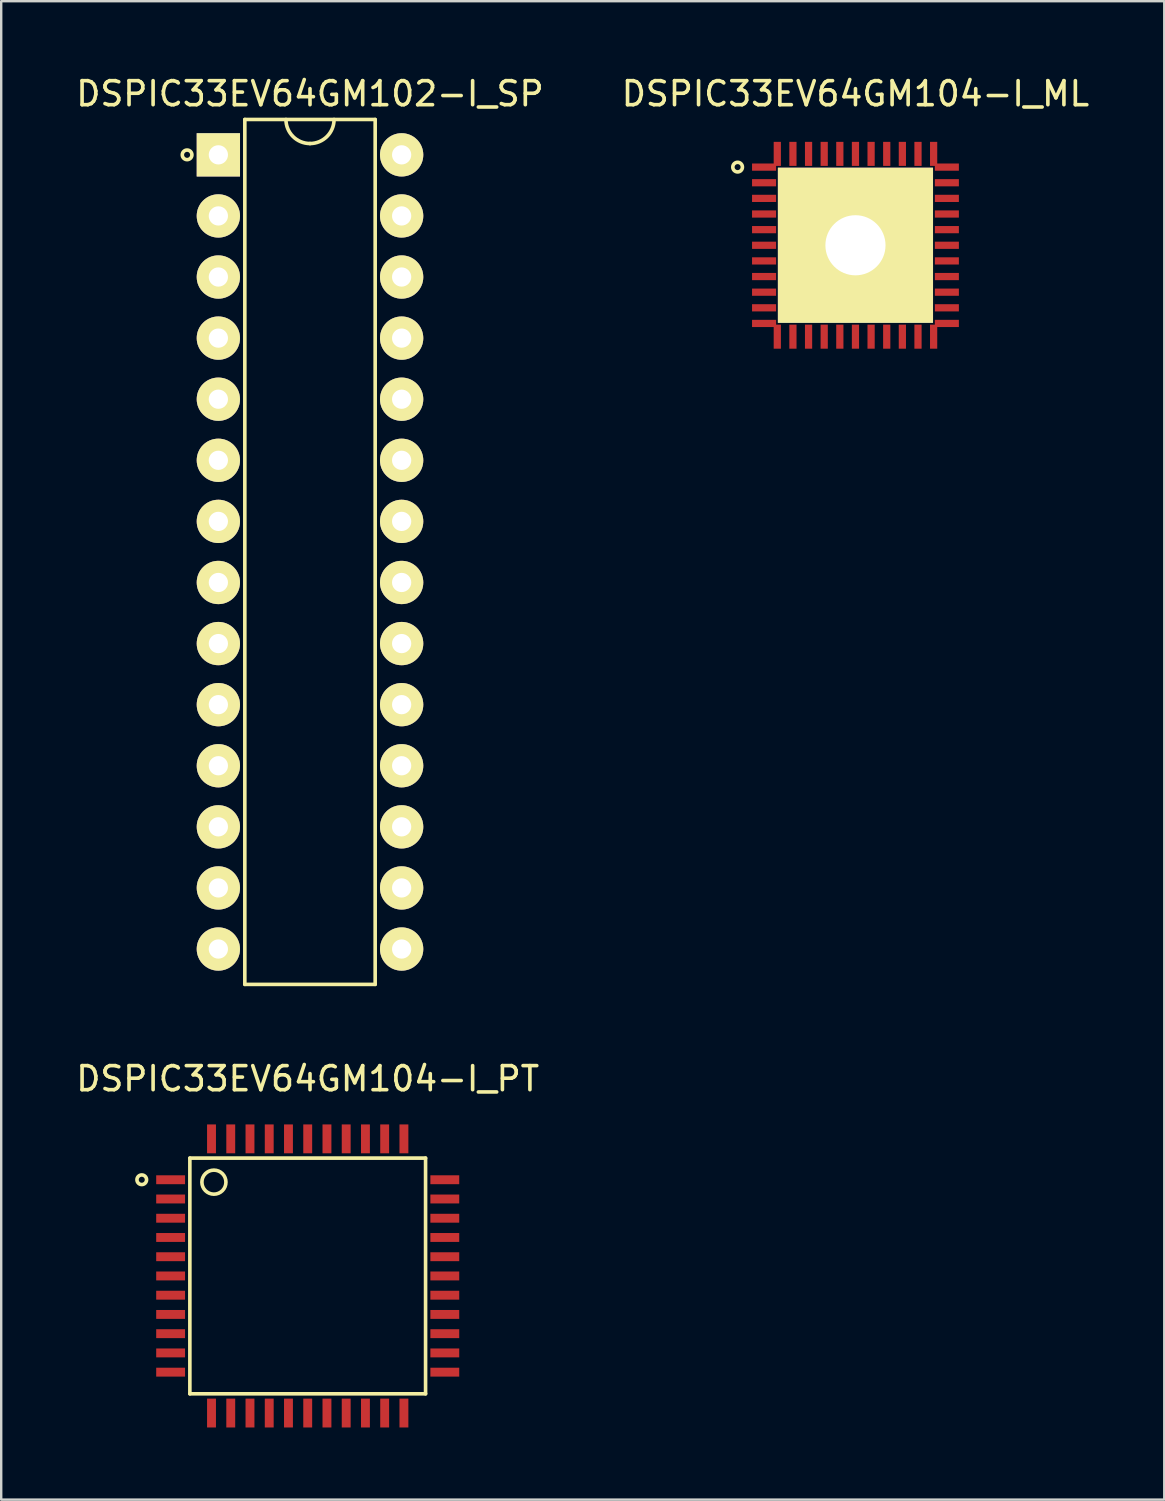
<source format=kicad_pcb>
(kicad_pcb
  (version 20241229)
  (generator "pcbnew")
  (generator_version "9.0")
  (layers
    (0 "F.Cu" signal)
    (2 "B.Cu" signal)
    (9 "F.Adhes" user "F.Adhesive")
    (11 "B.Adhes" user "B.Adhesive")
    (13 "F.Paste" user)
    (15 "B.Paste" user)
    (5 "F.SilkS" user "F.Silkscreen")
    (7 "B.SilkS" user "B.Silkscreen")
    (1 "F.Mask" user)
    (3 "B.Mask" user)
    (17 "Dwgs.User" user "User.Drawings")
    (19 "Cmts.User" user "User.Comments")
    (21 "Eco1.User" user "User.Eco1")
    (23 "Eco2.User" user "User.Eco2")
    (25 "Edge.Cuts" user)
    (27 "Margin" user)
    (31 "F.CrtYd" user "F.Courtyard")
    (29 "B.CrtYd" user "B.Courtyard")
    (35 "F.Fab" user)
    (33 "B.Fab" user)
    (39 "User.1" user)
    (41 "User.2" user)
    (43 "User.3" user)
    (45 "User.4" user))
  (footprint "DSPIC33EV64GM104-I_ML"
    (layer "F.Cu")
    (at 28.718 3.348)
    (property "Reference" "DSPIC33EV64GM104-I_ML" (at 3.8 -2.5 0) (layer "F.SilkS") (effects (font (size 1 1) (thickness 0.15))))
    (attr through_hole)
    (fp_line (start 0.7 0.7) (end 0.7 6.9) (stroke (width 0.15) (type solid)) (layer "F.SilkS"))
    (fp_line (start 0.7 0.7) (end 6.9 0.7) (stroke (width 0.15) (type solid)) (layer "F.SilkS"))
    (fp_line (start 0.7 6.9) (end 6.9 6.9) (stroke (width 0.15) (type solid)) (layer "F.SilkS"))
    (fp_line (start 6.9 6.9) (end 6.9 0.7) (stroke (width 0.15) (type solid)) (layer "F.SilkS"))
    (fp_circle (center -1.1 0.55) (end -1.1 0.35) (stroke (width 0.15) (type solid)) (fill no) (layer "F.SilkS"))
    (fp_circle (center 1.7 1.7) (end 1.7 1.2) (stroke (width 0.15) (type solid)) (fill no) (layer "F.SilkS"))
    (pad "1" smd rect (at 0 0.55) (size 1 0.3) (layers "F.Cu" "F.Mask" "F.Paste"))
    (pad "2" smd rect (at 0 1.2) (size 1 0.3) (layers "F.Cu" "F.Mask" "F.Paste"))
    (pad "3" smd rect (at 0 1.85) (size 1 0.3) (layers "F.Cu" "F.Mask" "F.Paste"))
    (pad "4" smd rect (at 0 2.5) (size 1 0.3) (layers "F.Cu" "F.Mask" "F.Paste"))
    (pad "5" smd rect (at 0 3.15) (size 1 0.3) (layers "F.Cu" "F.Mask" "F.Paste"))
    (pad "6" smd rect (at 0 3.8) (size 1 0.3) (layers "F.Cu" "F.Mask" "F.Paste"))
    (pad "7" smd rect (at 0 4.45) (size 1 0.3) (layers "F.Cu" "F.Mask" "F.Paste"))
    (pad "8" smd rect (at 0 5.1) (size 1 0.3) (layers "F.Cu" "F.Mask" "F.Paste"))
    (pad "9" smd rect (at 0 5.75) (size 1 0.3) (layers "F.Cu" "F.Mask" "F.Paste"))
    (pad "10" smd rect (at 0 6.4) (size 1 0.3) (layers "F.Cu" "F.Mask" "F.Paste"))
    (pad "11" smd rect (at 0 7.05) (size 1 0.3) (layers "F.Cu" "F.Mask" "F.Paste"))
    (pad "12" smd rect (at 0.55 7.6) (size 0.3 1) (layers "F.Cu" "F.Mask" "F.Paste"))
    (pad "13" smd rect (at 1.2 7.6) (size 0.3 1) (layers "F.Cu" "F.Mask" "F.Paste"))
    (pad "14" smd rect (at 1.85 7.6) (size 0.3 1) (layers "F.Cu" "F.Mask" "F.Paste"))
    (pad "15" smd rect (at 2.5 7.6) (size 0.3 1) (layers "F.Cu" "F.Mask" "F.Paste"))
    (pad "16" smd rect (at 3.15 7.6) (size 0.3 1) (layers "F.Cu" "F.Mask" "F.Paste"))
    (pad "17" smd rect (at 3.8 7.6) (size 0.3 1) (layers "F.Cu" "F.Mask" "F.Paste"))
    (pad "18" smd rect (at 4.45 7.6) (size 0.3 1) (layers "F.Cu" "F.Mask" "F.Paste"))
    (pad "19" smd rect (at 5.1 7.6) (size 0.3 1) (layers "F.Cu" "F.Mask" "F.Paste"))
    (pad "20" smd rect (at 5.75 7.6) (size 0.3 1) (layers "F.Cu" "F.Mask" "F.Paste"))
    (pad "21" smd rect (at 6.4 7.6) (size 0.3 1) (layers "F.Cu" "F.Mask" "F.Paste"))
    (pad "22" smd rect (at 7.05 7.6) (size 0.3 1) (layers "F.Cu" "F.Mask" "F.Paste"))
    (pad "23" smd rect (at 7.6 7.05) (size 1 0.3) (layers "F.Cu" "F.Mask" "F.Paste"))
    (pad "24" smd rect (at 7.6 6.4) (size 1 0.3) (layers "F.Cu" "F.Mask" "F.Paste"))
    (pad "25" smd rect (at 7.6 5.75) (size 1 0.3) (layers "F.Cu" "F.Mask" "F.Paste"))
    (pad "26" smd rect (at 7.6 5.1) (size 1 0.3) (layers "F.Cu" "F.Mask" "F.Paste"))
    (pad "27" smd rect (at 7.6 4.45) (size 1 0.3) (layers "F.Cu" "F.Mask" "F.Paste"))
    (pad "28" smd rect (at 7.6 3.8) (size 1 0.3) (layers "F.Cu" "F.Mask" "F.Paste"))
    (pad "29" smd rect (at 7.6 3.15) (size 1 0.3) (layers "F.Cu" "F.Mask" "F.Paste"))
    (pad "30" smd rect (at 7.6 2.5) (size 1 0.3) (layers "F.Cu" "F.Mask" "F.Paste"))
    (pad "31" smd rect (at 7.6 1.85) (size 1 0.3) (layers "F.Cu" "F.Mask" "F.Paste"))
    (pad "32" smd rect (at 7.6 1.2) (size 1 0.3) (layers "F.Cu" "F.Mask" "F.Paste"))
    (pad "33" smd rect (at 7.6 0.55) (size 1 0.3) (layers "F.Cu" "F.Mask" "F.Paste"))
    (pad "34" smd rect (at 7.05 0) (size 0.3 1) (layers "F.Cu" "F.Mask" "F.Paste"))
    (pad "35" smd rect (at 6.4 0) (size 0.3 1) (layers "F.Cu" "F.Mask" "F.Paste"))
    (pad "36" smd rect (at 5.75 0) (size 0.3 1) (layers "F.Cu" "F.Mask" "F.Paste"))
    (pad "37" smd rect (at 5.1 0) (size 0.3 1) (layers "F.Cu" "F.Mask" "F.Paste"))
    (pad "38" smd rect (at 4.45 0) (size 0.3 1) (layers "F.Cu" "F.Mask" "F.Paste"))
    (pad "39" smd rect (at 3.8 0) (size 0.3 1) (layers "F.Cu" "F.Mask" "F.Paste"))
    (pad "40" smd rect (at 3.15 0) (size 0.3 1) (layers "F.Cu" "F.Mask" "F.Paste"))
    (pad "41" smd rect (at 2.5 0) (size 0.3 1) (layers "F.Cu" "F.Mask" "F.Paste"))
    (pad "42" smd rect (at 1.85 0) (size 0.3 1) (layers "F.Cu" "F.Mask" "F.Paste"))
    (pad "43" smd rect (at 1.2 0) (size 0.3 1) (layers "F.Cu" "F.Mask" "F.Paste"))
    (pad "44" smd rect (at 0.55 0) (size 0.3 1) (layers "F.Cu" "F.Mask" "F.Paste"))
    (pad "999" thru_hole rect (at 3.8 3.8) (size 6.45 6.45) (drill 2.5) (layers "*.Cu" "*.Mask" "F.SilkS")))
  (footprint "DSPIC33EV64GM104-I_PT"
    (layer "F.Cu")
    (at 4.044 44.301)
    (property "Reference" "DSPIC33EV64GM104-I_PT" (at 5.7 -2.5 0) (layer "F.SilkS") (effects (font (size 1 1) (thickness 0.15))))
    (attr through_hole)
    (fp_line (start 0.8 0.8) (end 0.8 10.6) (stroke (width 0.15) (type solid)) (layer "F.SilkS"))
    (fp_line (start 0.8 0.8) (end 10.6 0.8) (stroke (width 0.15) (type solid)) (layer "F.SilkS"))
    (fp_line (start 0.8 10.6) (end 10.6 10.6) (stroke (width 0.15) (type solid)) (layer "F.SilkS"))
    (fp_line (start 10.6 10.6) (end 10.6 0.8) (stroke (width 0.15) (type solid)) (layer "F.SilkS"))
    (fp_circle (center -1.2 1.7) (end -1.2 1.5) (stroke (width 0.15) (type solid)) (fill no) (layer "F.SilkS"))
    (fp_circle (center 1.8 1.8) (end 1.8 1.3) (stroke (width 0.15) (type solid)) (fill no) (layer "F.SilkS"))
    (pad "1" smd rect (at 0 1.7) (size 1.2 0.37) (layers "F.Cu" "F.Mask" "F.Paste"))
    (pad "2" smd rect (at 0 2.5) (size 1.2 0.37) (layers "F.Cu" "F.Mask" "F.Paste"))
    (pad "3" smd rect (at 0 3.3) (size 1.2 0.37) (layers "F.Cu" "F.Mask" "F.Paste"))
    (pad "4" smd rect (at 0 4.1) (size 1.2 0.37) (layers "F.Cu" "F.Mask" "F.Paste"))
    (pad "5" smd rect (at 0 4.9) (size 1.2 0.37) (layers "F.Cu" "F.Mask" "F.Paste"))
    (pad "6" smd rect (at 0 5.7) (size 1.2 0.37) (layers "F.Cu" "F.Mask" "F.Paste"))
    (pad "7" smd rect (at 0 6.5) (size 1.2 0.37) (layers "F.Cu" "F.Mask" "F.Paste"))
    (pad "8" smd rect (at 0 7.3) (size 1.2 0.37) (layers "F.Cu" "F.Mask" "F.Paste"))
    (pad "9" smd rect (at 0 8.1) (size 1.2 0.37) (layers "F.Cu" "F.Mask" "F.Paste"))
    (pad "10" smd rect (at 0 8.9) (size 1.2 0.37) (layers "F.Cu" "F.Mask" "F.Paste"))
    (pad "11" smd rect (at 0 9.7) (size 1.2 0.37) (layers "F.Cu" "F.Mask" "F.Paste"))
    (pad "12" smd rect (at 1.7 11.4) (size 0.37 1.2) (layers "F.Cu" "F.Mask" "F.Paste"))
    (pad "13" smd rect (at 2.5 11.4) (size 0.37 1.2) (layers "F.Cu" "F.Mask" "F.Paste"))
    (pad "14" smd rect (at 3.3 11.4) (size 0.37 1.2) (layers "F.Cu" "F.Mask" "F.Paste"))
    (pad "15" smd rect (at 4.1 11.4) (size 0.37 1.2) (layers "F.Cu" "F.Mask" "F.Paste"))
    (pad "16" smd rect (at 4.9 11.4) (size 0.37 1.2) (layers "F.Cu" "F.Mask" "F.Paste"))
    (pad "17" smd rect (at 5.7 11.4) (size 0.37 1.2) (layers "F.Cu" "F.Mask" "F.Paste"))
    (pad "18" smd rect (at 6.5 11.4) (size 0.37 1.2) (layers "F.Cu" "F.Mask" "F.Paste"))
    (pad "19" smd rect (at 7.3 11.4) (size 0.37 1.2) (layers "F.Cu" "F.Mask" "F.Paste"))
    (pad "20" smd rect (at 8.1 11.4) (size 0.37 1.2) (layers "F.Cu" "F.Mask" "F.Paste"))
    (pad "21" smd rect (at 8.9 11.4) (size 0.37 1.2) (layers "F.Cu" "F.Mask" "F.Paste"))
    (pad "22" smd rect (at 9.7 11.4) (size 0.37 1.2) (layers "F.Cu" "F.Mask" "F.Paste"))
    (pad "23" smd rect (at 11.4 9.7) (size 1.2 0.37) (layers "F.Cu" "F.Mask" "F.Paste"))
    (pad "24" smd rect (at 11.4 8.9) (size 1.2 0.37) (layers "F.Cu" "F.Mask" "F.Paste"))
    (pad "25" smd rect (at 11.4 8.1) (size 1.2 0.37) (layers "F.Cu" "F.Mask" "F.Paste"))
    (pad "26" smd rect (at 11.4 7.3) (size 1.2 0.37) (layers "F.Cu" "F.Mask" "F.Paste"))
    (pad "27" smd rect (at 11.4 6.5) (size 1.2 0.37) (layers "F.Cu" "F.Mask" "F.Paste"))
    (pad "28" smd rect (at 11.4 5.7) (size 1.2 0.37) (layers "F.Cu" "F.Mask" "F.Paste"))
    (pad "29" smd rect (at 11.4 4.9) (size 1.2 0.37) (layers "F.Cu" "F.Mask" "F.Paste"))
    (pad "30" smd rect (at 11.4 4.1) (size 1.2 0.37) (layers "F.Cu" "F.Mask" "F.Paste"))
    (pad "31" smd rect (at 11.4 3.3) (size 1.2 0.37) (layers "F.Cu" "F.Mask" "F.Paste"))
    (pad "32" smd rect (at 11.4 2.5) (size 1.2 0.37) (layers "F.Cu" "F.Mask" "F.Paste"))
    (pad "33" smd rect (at 11.4 1.7) (size 1.2 0.37) (layers "F.Cu" "F.Mask" "F.Paste"))
    (pad "34" smd rect (at 9.7 0) (size 0.37 1.2) (layers "F.Cu" "F.Mask" "F.Paste"))
    (pad "35" smd rect (at 8.9 0) (size 0.37 1.2) (layers "F.Cu" "F.Mask" "F.Paste"))
    (pad "36" smd rect (at 8.1 0) (size 0.37 1.2) (layers "F.Cu" "F.Mask" "F.Paste"))
    (pad "37" smd rect (at 7.3 0) (size 0.37 1.2) (layers "F.Cu" "F.Mask" "F.Paste"))
    (pad "38" smd rect (at 6.5 0) (size 0.37 1.2) (layers "F.Cu" "F.Mask" "F.Paste"))
    (pad "39" smd rect (at 5.7 0) (size 0.37 1.2) (layers "F.Cu" "F.Mask" "F.Paste"))
    (pad "40" smd rect (at 4.9 0) (size 0.37 1.2) (layers "F.Cu" "F.Mask" "F.Paste"))
    (pad "41" smd rect (at 4.1 0) (size 0.37 1.2) (layers "F.Cu" "F.Mask" "F.Paste"))
    (pad "42" smd rect (at 3.3 0) (size 0.37 1.2) (layers "F.Cu" "F.Mask" "F.Paste"))
    (pad "43" smd rect (at 2.5 0) (size 0.37 1.2) (layers "F.Cu" "F.Mask" "F.Paste"))
    (pad "44" smd rect (at 1.7 0) (size 0.37 1.2) (layers "F.Cu" "F.Mask" "F.Paste")))
  (footprint "DSPIC33EV64GM102-I_SP"
    (layer "F.Cu")
    (at 6.029 3.388)
    (property "Reference" "DSPIC33EV64GM102-I_SP" (at 3.81 -2.54 0) (layer "F.SilkS") (effects (font (size 1 1) (thickness 0.15))))
    (attr through_hole)
    (fp_line (start 1.1 -1.47) (end 6.52 -1.47) (stroke (width 0.15) (type solid)) (layer "F.SilkS"))
    (fp_line (start 1.1 34.49) (end 1.1 -1.47) (stroke (width 0.15) (type solid)) (layer "F.SilkS"))
    (fp_line (start 6.52 -1.47) (end 6.52 34.49) (stroke (width 0.15) (type solid)) (layer "F.SilkS"))
    (fp_line (start 6.52 34.49) (end 1.1 34.49) (stroke (width 0.15) (type solid)) (layer "F.SilkS"))
    (fp_arc (start 3.81 -0.47) (mid 3.102893 -0.762893) (end 2.81 -1.47) (stroke (width 0.15) (type solid)) (layer "F.SilkS"))
    (fp_arc (start 4.81 -1.47) (mid 4.517107 -0.762893) (end 3.81 -0.47) (stroke (width 0.15) (type solid)) (layer "F.SilkS"))
    (fp_circle (center -1.3 0) (end -1.3 0.2) (stroke (width 0.15) (type solid)) (fill no) (layer "F.SilkS"))
    (pad "1" thru_hole rect (at 0 0) (size 1.8 1.8) (drill 0.8) (layers "*.Cu" "*.Mask" "F.SilkS"))
    (pad "2" thru_hole circle (at 0 2.54) (size 1.8 1.8) (drill 0.8) (layers "*.Cu" "*.Mask" "F.SilkS"))
    (pad "3" thru_hole circle (at 0 5.08) (size 1.8 1.8) (drill 0.8) (layers "*.Cu" "*.Mask" "F.SilkS"))
    (pad "4" thru_hole circle (at 0 7.62) (size 1.8 1.8) (drill 0.8) (layers "*.Cu" "*.Mask" "F.SilkS"))
    (pad "5" thru_hole circle (at 0 10.16) (size 1.8 1.8) (drill 0.8) (layers "*.Cu" "*.Mask" "F.SilkS"))
    (pad "6" thru_hole circle (at 0 12.7) (size 1.8 1.8) (drill 0.8) (layers "*.Cu" "*.Mask" "F.SilkS"))
    (pad "7" thru_hole circle (at 0 15.24) (size 1.8 1.8) (drill 0.8) (layers "*.Cu" "*.Mask" "F.SilkS"))
    (pad "8" thru_hole circle (at 0 17.78) (size 1.8 1.8) (drill 0.8) (layers "*.Cu" "*.Mask" "F.SilkS"))
    (pad "9" thru_hole circle (at 0 20.32) (size 1.8 1.8) (drill 0.8) (layers "*.Cu" "*.Mask" "F.SilkS"))
    (pad "10" thru_hole circle (at 0 22.86) (size 1.8 1.8) (drill 0.8) (layers "*.Cu" "*.Mask" "F.SilkS"))
    (pad "11" thru_hole circle (at 0 25.4) (size 1.8 1.8) (drill 0.8) (layers "*.Cu" "*.Mask" "F.SilkS"))
    (pad "12" thru_hole circle (at 0 27.94) (size 1.8 1.8) (drill 0.8) (layers "*.Cu" "*.Mask" "F.SilkS"))
    (pad "13" thru_hole circle (at 0 30.48) (size 1.8 1.8) (drill 0.8) (layers "*.Cu" "*.Mask" "F.SilkS"))
    (pad "14" thru_hole circle (at 0 33.02) (size 1.8 1.8) (drill 0.8) (layers "*.Cu" "*.Mask" "F.SilkS"))
    (pad "15" thru_hole circle (at 7.62 33.02) (size 1.8 1.8) (drill 0.8) (layers "*.Cu" "*.Mask" "F.SilkS"))
    (pad "16" thru_hole circle (at 7.62 30.48) (size 1.8 1.8) (drill 0.8) (layers "*.Cu" "*.Mask" "F.SilkS"))
    (pad "17" thru_hole circle (at 7.62 27.94) (size 1.8 1.8) (drill 0.8) (layers "*.Cu" "*.Mask" "F.SilkS"))
    (pad "18" thru_hole circle (at 7.62 25.4) (size 1.8 1.8) (drill 0.8) (layers "*.Cu" "*.Mask" "F.SilkS"))
    (pad "19" thru_hole circle (at 7.62 22.86) (size 1.8 1.8) (drill 0.8) (layers "*.Cu" "*.Mask" "F.SilkS"))
    (pad "20" thru_hole circle (at 7.62 20.32) (size 1.8 1.8) (drill 0.8) (layers "*.Cu" "*.Mask" "F.SilkS"))
    (pad "21" thru_hole circle (at 7.62 17.78) (size 1.8 1.8) (drill 0.8) (layers "*.Cu" "*.Mask" "F.SilkS"))
    (pad "22" thru_hole circle (at 7.62 15.24) (size 1.8 1.8) (drill 0.8) (layers "*.Cu" "*.Mask" "F.SilkS"))
    (pad "23" thru_hole circle (at 7.62 12.7) (size 1.8 1.8) (drill 0.8) (layers "*.Cu" "*.Mask" "F.SilkS"))
    (pad "24" thru_hole circle (at 7.62 10.16) (size 1.8 1.8) (drill 0.8) (layers "*.Cu" "*.Mask" "F.SilkS"))
    (pad "25" thru_hole circle (at 7.62 7.62) (size 1.8 1.8) (drill 0.8) (layers "*.Cu" "*.Mask" "F.SilkS"))
    (pad "26" thru_hole circle (at 7.62 5.08) (size 1.8 1.8) (drill 0.8) (layers "*.Cu" "*.Mask" "F.SilkS"))
    (pad "27" thru_hole circle (at 7.62 2.54) (size 1.8 1.8) (drill 0.8) (layers "*.Cu" "*.Mask" "F.SilkS"))
    (pad "28" thru_hole circle (at 7.62 0) (size 1.8 1.8) (drill 0.8) (layers "*.Cu" "*.Mask" "F.SilkS")))
  (gr_rect
    (start -3 -3)
    (end 45.357 59.301)
    (stroke (width 0.1) (type default))
    (fill no)
    (layer "Edge.Cuts")))
</source>
